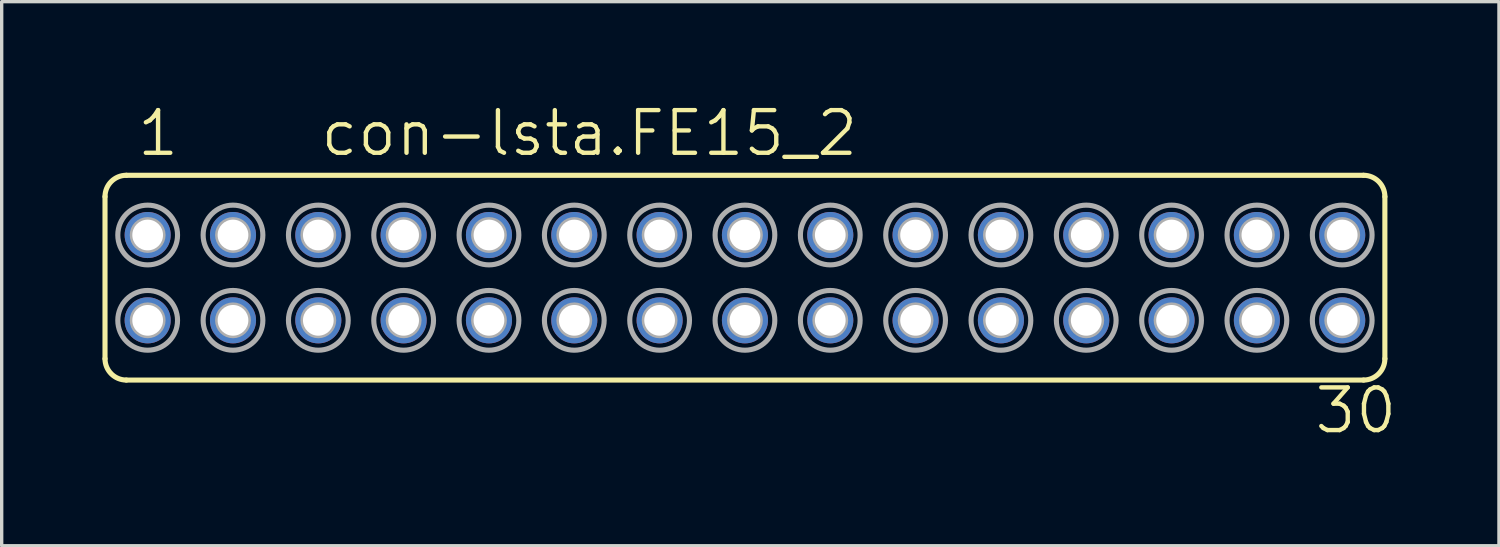
<source format=kicad_pcb>
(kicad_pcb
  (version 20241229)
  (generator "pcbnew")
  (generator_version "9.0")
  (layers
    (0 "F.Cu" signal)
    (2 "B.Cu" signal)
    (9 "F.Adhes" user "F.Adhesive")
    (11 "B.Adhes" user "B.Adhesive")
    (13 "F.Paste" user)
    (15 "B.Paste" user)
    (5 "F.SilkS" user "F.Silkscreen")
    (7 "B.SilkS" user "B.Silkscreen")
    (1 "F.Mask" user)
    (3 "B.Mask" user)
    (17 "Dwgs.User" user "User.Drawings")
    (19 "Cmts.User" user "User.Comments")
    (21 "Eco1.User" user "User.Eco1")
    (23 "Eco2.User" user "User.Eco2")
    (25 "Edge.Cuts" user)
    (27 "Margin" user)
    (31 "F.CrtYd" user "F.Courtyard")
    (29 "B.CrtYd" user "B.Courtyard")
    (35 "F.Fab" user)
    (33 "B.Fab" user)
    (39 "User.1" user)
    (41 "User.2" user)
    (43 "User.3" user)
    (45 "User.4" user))
  (footprint "con-lsta.FE15_2"
    (layer "F.Cu")
    (at 19.126 5.216)
    (property "Reference" "con-lsta.FE15_2" (at -12.7 -3.556 0) (layer "F.SilkS") (effects (font (size 1.27 1.27) (thickness 0.13)) (justify left bottom)))
    (attr through_hole)
    (fp_line (start -19.05 2.413) (end -19.05 -2.413) (stroke (width 0.152) (type default)) (layer "F.SilkS"))
    (fp_line (start -18.415 -3.048) (end 18.415 -3.048) (stroke (width 0.152) (type default)) (layer "F.SilkS"))
    (fp_line (start -18.415 3.048) (end 18.415 3.048) (stroke (width 0.152) (type default)) (layer "F.SilkS"))
    (fp_line (start 19.05 2.413) (end 19.05 -2.413) (stroke (width 0.152) (type default)) (layer "F.SilkS"))
    (fp_arc (start -19.05 -2.413) (mid -18.864013 -2.862013) (end -18.415 -3.048) (stroke (width 0.1524) (type default)) (layer "F.SilkS"))
    (fp_arc (start -18.415 3.048) (mid -18.864013 2.862013) (end -19.05 2.413) (stroke (width 0.1524) (type default)) (layer "F.SilkS"))
    (fp_arc (start 18.415 -3.048) (mid 18.864013 -2.862013) (end 19.05 -2.413) (stroke (width 0.1524) (type default)) (layer "F.SilkS"))
    (fp_arc (start 19.05 2.413) (mid 18.864013 2.862013) (end 18.415 3.048) (stroke (width 0.1524) (type default)) (layer "F.SilkS"))
    (fp_circle (center -17.78 -1.27) (end -17.653 -1.27) (stroke (width 0.406) (type default)) (fill no) (layer "F.Fab"))
    (fp_circle (center -17.78 -1.27) (end -16.891 -1.27) (stroke (width 0.152) (type default)) (fill no) (layer "F.Fab"))
    (fp_circle (center -17.78 1.27) (end -17.653 1.27) (stroke (width 0.406) (type default)) (fill no) (layer "F.Fab"))
    (fp_circle (center -17.78 1.27) (end -16.891 1.27) (stroke (width 0.152) (type default)) (fill no) (layer "F.Fab"))
    (fp_circle (center -15.24 -1.27) (end -15.113 -1.27) (stroke (width 0.406) (type default)) (fill no) (layer "F.Fab"))
    (fp_circle (center -15.24 -1.27) (end -14.351 -1.27) (stroke (width 0.152) (type default)) (fill no) (layer "F.Fab"))
    (fp_circle (center -15.24 1.27) (end -15.113 1.27) (stroke (width 0.406) (type default)) (fill no) (layer "F.Fab"))
    (fp_circle (center -15.24 1.27) (end -14.351 1.27) (stroke (width 0.152) (type default)) (fill no) (layer "F.Fab"))
    (fp_circle (center -12.7 -1.27) (end -12.573 -1.27) (stroke (width 0.406) (type default)) (fill no) (layer "F.Fab"))
    (fp_circle (center -12.7 -1.27) (end -11.811 -1.27) (stroke (width 0.152) (type default)) (fill no) (layer "F.Fab"))
    (fp_circle (center -12.7 1.27) (end -12.573 1.27) (stroke (width 0.406) (type default)) (fill no) (layer "F.Fab"))
    (fp_circle (center -12.7 1.27) (end -11.811 1.27) (stroke (width 0.152) (type default)) (fill no) (layer "F.Fab"))
    (fp_circle (center -10.16 -1.27) (end -10.033 -1.27) (stroke (width 0.406) (type default)) (fill no) (layer "F.Fab"))
    (fp_circle (center -10.16 -1.27) (end -9.271 -1.27) (stroke (width 0.152) (type default)) (fill no) (layer "F.Fab"))
    (fp_circle (center -10.16 1.27) (end -10.033 1.27) (stroke (width 0.406) (type default)) (fill no) (layer "F.Fab"))
    (fp_circle (center -10.16 1.27) (end -9.271 1.27) (stroke (width 0.152) (type default)) (fill no) (layer "F.Fab"))
    (fp_circle (center -7.62 -1.27) (end -7.493 -1.27) (stroke (width 0.406) (type default)) (fill no) (layer "F.Fab"))
    (fp_circle (center -7.62 -1.27) (end -6.731 -1.27) (stroke (width 0.152) (type default)) (fill no) (layer "F.Fab"))
    (fp_circle (center -7.62 1.27) (end -7.493 1.27) (stroke (width 0.406) (type default)) (fill no) (layer "F.Fab"))
    (fp_circle (center -7.62 1.27) (end -6.731 1.27) (stroke (width 0.152) (type default)) (fill no) (layer "F.Fab"))
    (fp_circle (center -5.08 -1.27) (end -4.953 -1.27) (stroke (width 0.406) (type default)) (fill no) (layer "F.Fab"))
    (fp_circle (center -5.08 -1.27) (end -4.191 -1.27) (stroke (width 0.152) (type default)) (fill no) (layer "F.Fab"))
    (fp_circle (center -5.08 1.27) (end -4.953 1.27) (stroke (width 0.406) (type default)) (fill no) (layer "F.Fab"))
    (fp_circle (center -5.08 1.27) (end -4.191 1.27) (stroke (width 0.152) (type default)) (fill no) (layer "F.Fab"))
    (fp_circle (center -2.54 -1.27) (end -2.413 -1.27) (stroke (width 0.406) (type default)) (fill no) (layer "F.Fab"))
    (fp_circle (center -2.54 -1.27) (end -1.651 -1.27) (stroke (width 0.152) (type default)) (fill no) (layer "F.Fab"))
    (fp_circle (center -2.54 1.27) (end -2.413 1.27) (stroke (width 0.406) (type default)) (fill no) (layer "F.Fab"))
    (fp_circle (center -2.54 1.27) (end -1.651 1.27) (stroke (width 0.152) (type default)) (fill no) (layer "F.Fab"))
    (fp_circle (center 0 -1.27) (end 0.127 -1.27) (stroke (width 0.406) (type default)) (fill no) (layer "F.Fab"))
    (fp_circle (center 0 -1.27) (end 0.889 -1.27) (stroke (width 0.152) (type default)) (fill no) (layer "F.Fab"))
    (fp_circle (center 0 1.27) (end 0.127 1.27) (stroke (width 0.406) (type default)) (fill no) (layer "F.Fab"))
    (fp_circle (center 0 1.27) (end 0.889 1.27) (stroke (width 0.152) (type default)) (fill no) (layer "F.Fab"))
    (fp_circle (center 2.54 -1.27) (end 2.667 -1.27) (stroke (width 0.406) (type default)) (fill no) (layer "F.Fab"))
    (fp_circle (center 2.54 -1.27) (end 3.429 -1.27) (stroke (width 0.152) (type default)) (fill no) (layer "F.Fab"))
    (fp_circle (center 2.54 1.27) (end 2.667 1.27) (stroke (width 0.406) (type default)) (fill no) (layer "F.Fab"))
    (fp_circle (center 2.54 1.27) (end 3.429 1.27) (stroke (width 0.152) (type default)) (fill no) (layer "F.Fab"))
    (fp_circle (center 5.08 -1.27) (end 5.207 -1.27) (stroke (width 0.406) (type default)) (fill no) (layer "F.Fab"))
    (fp_circle (center 5.08 -1.27) (end 5.969 -1.27) (stroke (width 0.152) (type default)) (fill no) (layer "F.Fab"))
    (fp_circle (center 5.08 1.27) (end 5.207 1.27) (stroke (width 0.406) (type default)) (fill no) (layer "F.Fab"))
    (fp_circle (center 5.08 1.27) (end 5.969 1.27) (stroke (width 0.152) (type default)) (fill no) (layer "F.Fab"))
    (fp_circle (center 7.62 -1.27) (end 7.747 -1.27) (stroke (width 0.406) (type default)) (fill no) (layer "F.Fab"))
    (fp_circle (center 7.62 -1.27) (end 8.509 -1.27) (stroke (width 0.152) (type default)) (fill no) (layer "F.Fab"))
    (fp_circle (center 7.62 1.27) (end 7.747 1.27) (stroke (width 0.406) (type default)) (fill no) (layer "F.Fab"))
    (fp_circle (center 7.62 1.27) (end 8.509 1.27) (stroke (width 0.152) (type default)) (fill no) (layer "F.Fab"))
    (fp_circle (center 10.16 -1.27) (end 10.287 -1.27) (stroke (width 0.406) (type default)) (fill no) (layer "F.Fab"))
    (fp_circle (center 10.16 -1.27) (end 11.049 -1.27) (stroke (width 0.152) (type default)) (fill no) (layer "F.Fab"))
    (fp_circle (center 10.16 1.27) (end 10.287 1.27) (stroke (width 0.406) (type default)) (fill no) (layer "F.Fab"))
    (fp_circle (center 10.16 1.27) (end 11.049 1.27) (stroke (width 0.152) (type default)) (fill no) (layer "F.Fab"))
    (fp_circle (center 12.7 -1.27) (end 12.827 -1.27) (stroke (width 0.406) (type default)) (fill no) (layer "F.Fab"))
    (fp_circle (center 12.7 -1.27) (end 13.589 -1.27) (stroke (width 0.152) (type default)) (fill no) (layer "F.Fab"))
    (fp_circle (center 12.7 1.27) (end 12.827 1.27) (stroke (width 0.406) (type default)) (fill no) (layer "F.Fab"))
    (fp_circle (center 12.7 1.27) (end 13.589 1.27) (stroke (width 0.152) (type default)) (fill no) (layer "F.Fab"))
    (fp_circle (center 15.24 -1.27) (end 15.367 -1.27) (stroke (width 0.406) (type default)) (fill no) (layer "F.Fab"))
    (fp_circle (center 15.24 -1.27) (end 16.129 -1.27) (stroke (width 0.152) (type default)) (fill no) (layer "F.Fab"))
    (fp_circle (center 15.24 1.27) (end 15.367 1.27) (stroke (width 0.406) (type default)) (fill no) (layer "F.Fab"))
    (fp_circle (center 15.24 1.27) (end 16.129 1.27) (stroke (width 0.152) (type default)) (fill no) (layer "F.Fab"))
    (fp_circle (center 17.78 -1.27) (end 17.907 -1.27) (stroke (width 0.406) (type default)) (fill no) (layer "F.Fab"))
    (fp_circle (center 17.78 -1.27) (end 18.669 -1.27) (stroke (width 0.152) (type default)) (fill no) (layer "F.Fab"))
    (fp_circle (center 17.78 1.27) (end 17.907 1.27) (stroke (width 0.406) (type default)) (fill no) (layer "F.Fab"))
    (fp_circle (center 17.78 1.27) (end 18.669 1.27) (stroke (width 0.152) (type default)) (fill no) (layer "F.Fab"))
    (fp_text user "1" (at -18.161 -3.556 0) (layer "F.SilkS") (effects (font (size 1.27 1.27) (thickness 0.13)) (justify left bottom)))
    (fp_text user "30" (at 16.891 4.699 0) (layer "F.SilkS") (effects (font (size 1.27 1.27) (thickness 0.13)) (justify left bottom)))
    (pad "1" thru_hole circle (at -17.78 -1.27) (size 1.372 1.372) (drill 0.914) (layers "*.Cu" "*.Mask"))
    (pad "2" thru_hole circle (at -17.78 1.27) (size 1.372 1.372) (drill 0.914) (layers "*.Cu" "*.Mask"))
    (pad "3" thru_hole circle (at -15.24 -1.27) (size 1.372 1.372) (drill 0.914) (layers "*.Cu" "*.Mask"))
    (pad "4" thru_hole circle (at -15.24 1.27) (size 1.372 1.372) (drill 0.914) (layers "*.Cu" "*.Mask"))
    (pad "5" thru_hole circle (at -12.7 -1.27) (size 1.372 1.372) (drill 0.914) (layers "*.Cu" "*.Mask"))
    (pad "6" thru_hole circle (at -12.7 1.27) (size 1.372 1.372) (drill 0.914) (layers "*.Cu" "*.Mask"))
    (pad "7" thru_hole circle (at -10.16 -1.27) (size 1.372 1.372) (drill 0.914) (layers "*.Cu" "*.Mask"))
    (pad "8" thru_hole circle (at -10.16 1.27) (size 1.372 1.372) (drill 0.914) (layers "*.Cu" "*.Mask"))
    (pad "9" thru_hole circle (at -7.62 -1.27) (size 1.372 1.372) (drill 0.914) (layers "*.Cu" "*.Mask"))
    (pad "10" thru_hole circle (at -7.62 1.27) (size 1.372 1.372) (drill 0.914) (layers "*.Cu" "*.Mask"))
    (pad "11" thru_hole circle (at -5.08 -1.27) (size 1.372 1.372) (drill 0.914) (layers "*.Cu" "*.Mask"))
    (pad "12" thru_hole circle (at -5.08 1.27) (size 1.372 1.372) (drill 0.914) (layers "*.Cu" "*.Mask"))
    (pad "13" thru_hole circle (at -2.54 -1.27) (size 1.372 1.372) (drill 0.914) (layers "*.Cu" "*.Mask"))
    (pad "14" thru_hole circle (at -2.54 1.27) (size 1.372 1.372) (drill 0.914) (layers "*.Cu" "*.Mask"))
    (pad "15" thru_hole circle (at 0 -1.27) (size 1.372 1.372) (drill 0.914) (layers "*.Cu" "*.Mask"))
    (pad "16" thru_hole circle (at 0 1.27) (size 1.372 1.372) (drill 0.914) (layers "*.Cu" "*.Mask"))
    (pad "17" thru_hole circle (at 2.54 -1.27) (size 1.372 1.372) (drill 0.914) (layers "*.Cu" "*.Mask"))
    (pad "18" thru_hole circle (at 2.54 1.27) (size 1.372 1.372) (drill 0.914) (layers "*.Cu" "*.Mask"))
    (pad "19" thru_hole circle (at 5.08 -1.27) (size 1.372 1.372) (drill 0.914) (layers "*.Cu" "*.Mask"))
    (pad "20" thru_hole circle (at 5.08 1.27) (size 1.372 1.372) (drill 0.914) (layers "*.Cu" "*.Mask"))
    (pad "21" thru_hole circle (at 7.62 -1.27) (size 1.372 1.372) (drill 0.914) (layers "*.Cu" "*.Mask"))
    (pad "22" thru_hole circle (at 7.62 1.27) (size 1.372 1.372) (drill 0.914) (layers "*.Cu" "*.Mask"))
    (pad "23" thru_hole circle (at 10.16 -1.27) (size 1.372 1.372) (drill 0.914) (layers "*.Cu" "*.Mask"))
    (pad "24" thru_hole circle (at 10.16 1.27) (size 1.372 1.372) (drill 0.914) (layers "*.Cu" "*.Mask"))
    (pad "25" thru_hole circle (at 12.7 -1.27) (size 1.372 1.372) (drill 0.914) (layers "*.Cu" "*.Mask"))
    (pad "26" thru_hole circle (at 12.7 1.27) (size 1.372 1.372) (drill 0.914) (layers "*.Cu" "*.Mask"))
    (pad "27" thru_hole circle (at 15.24 -1.27) (size 1.372 1.372) (drill 0.914) (layers "*.Cu" "*.Mask"))
    (pad "28" thru_hole circle (at 15.24 1.27) (size 1.372 1.372) (drill 0.914) (layers "*.Cu" "*.Mask"))
    (pad "29" thru_hole circle (at 17.78 -1.27) (size 1.372 1.372) (drill 0.914) (layers "*.Cu" "*.Mask"))
    (pad "30" thru_hole circle (at 17.78 1.27) (size 1.372 1.372) (drill 0.914) (layers "*.Cu" "*.Mask")))
  (gr_rect
    (start -3 -3)
    (end 41.572 13.197)
    (stroke (width 0.1) (type default))
    (fill no)
    (layer "Edge.Cuts")))
</source>
